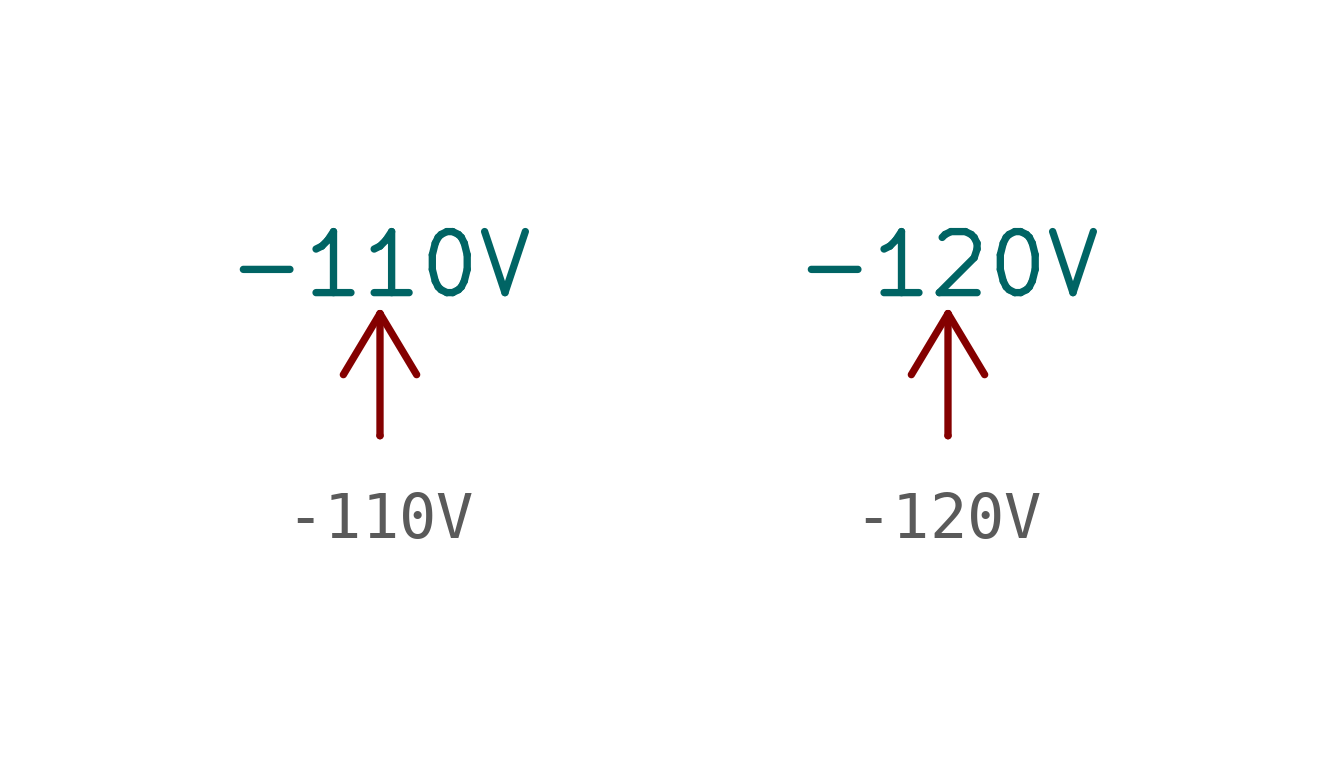
<source format=kicad_sym>
(kicad_symbol_lib
  (version 20231120)
  (generator "kicad_symbol_editor")
  (generator_version "8.0")
  (symbol "-110V"
    (power)
    (pin_numbers hide)
    (pin_names
      (offset 0) hide)
    (property "Reference" "#PWR"
      (at 0 -3.81 0)
      (effects (font (size 1.27 1.27)) (hide yes)))
    (property "Value" "-110V"
      (at 0 3.556 0)
      (effects (font (size 1.27 1.27))))
    (symbol "-110V_0_1"
      (polyline (pts (xy -0.762 1.27) (xy 0 2.54)) (stroke (width 0) (type default)) (fill (type none)))
      (polyline (pts (xy 0 0) (xy 0 2.54)) (stroke (width 0) (type default)) (fill (type none)))
      (polyline (pts (xy 0 2.54) (xy 0.762 1.27)) (stroke (width 0) (type default)) (fill (type none))))
    (symbol "-110V_1_1"
      (pin power_in line (at 0 0 90) (length 0) (name "~" (effects (font (size 1.27 1.27)))) (number "1" (effects (font (size 1.27 1.27)))))))
  (symbol "-120V"
    (power)
    (pin_numbers hide)
    (pin_names
      (offset 0) hide)
    (property "Reference" "#PWR"
      (at 0 -3.81 0)
      (effects (font (size 1.27 1.27)) (hide yes)))
    (property "Value" "-120V"
      (at 0 3.556 0)
      (effects (font (size 1.27 1.27))))
    (symbol "-120V_0_1"
      (polyline (pts (xy -0.762 1.27) (xy 0 2.54)) (stroke (width 0) (type default)) (fill (type none)))
      (polyline (pts (xy 0 0) (xy 0 2.54)) (stroke (width 0) (type default)) (fill (type none)))
      (polyline (pts (xy 0 2.54) (xy 0.762 1.27)) (stroke (width 0) (type default)) (fill (type none))))
    (symbol "-120V_1_1"
      (pin power_in line (at 0 0 90) (length 0) (name "~" (effects (font (size 1.27 1.27)))) (number "1" (effects (font (size 1.27 1.27))))))))
</source>
